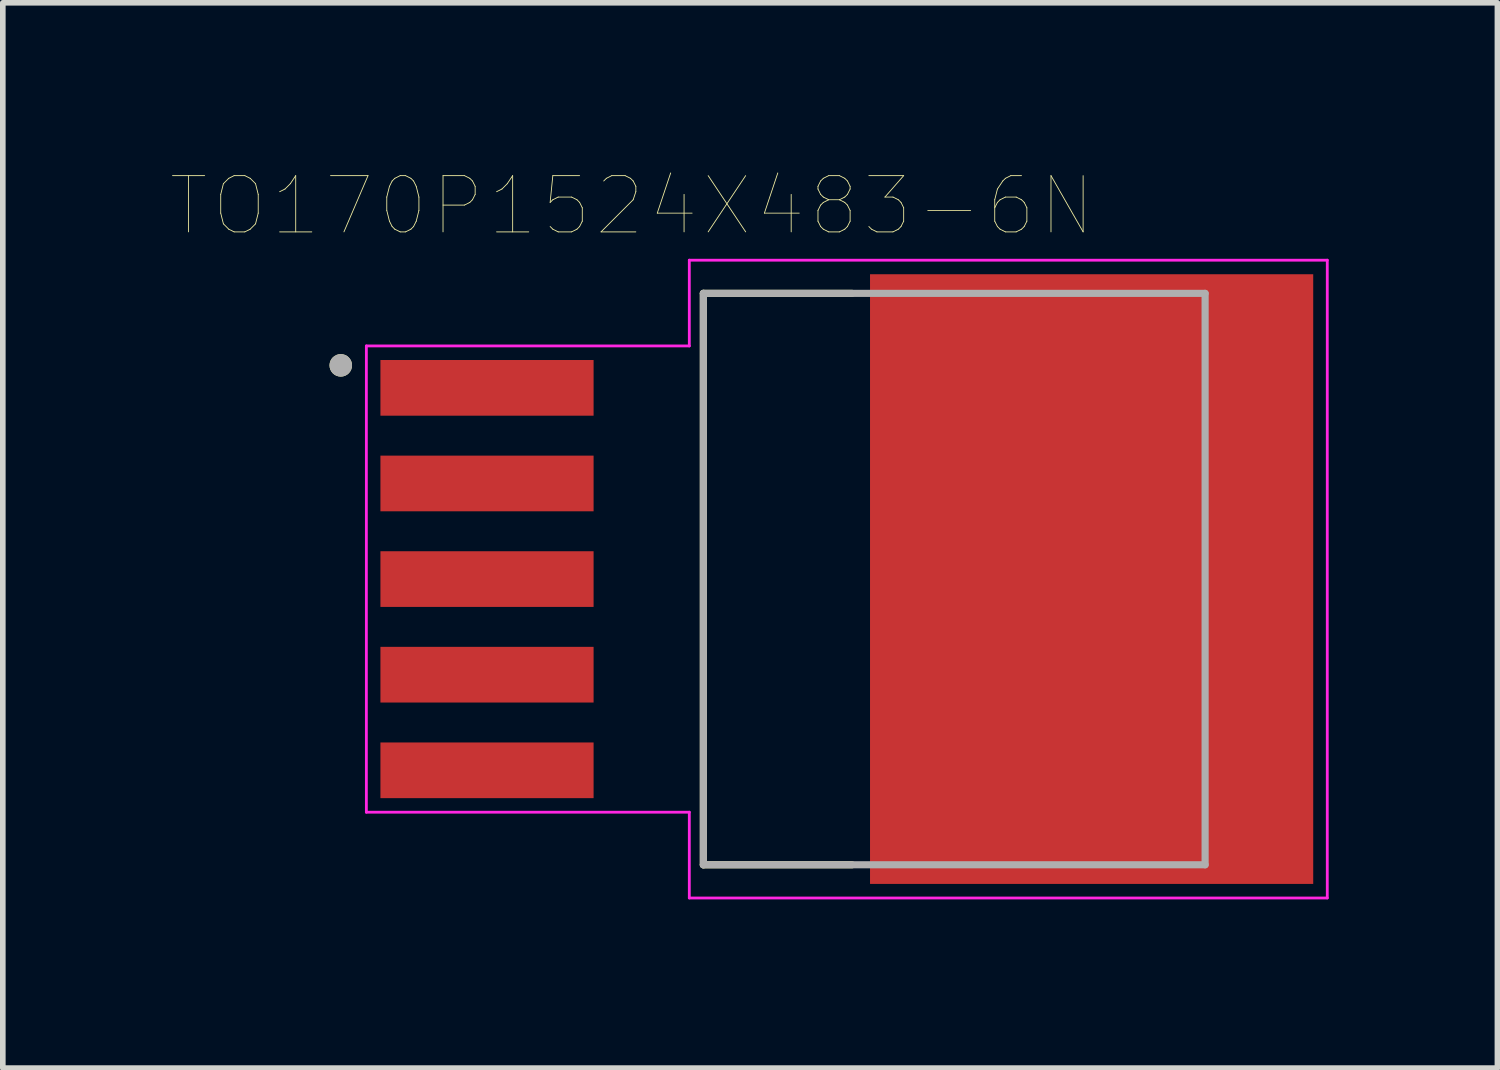
<source format=kicad_pcb>
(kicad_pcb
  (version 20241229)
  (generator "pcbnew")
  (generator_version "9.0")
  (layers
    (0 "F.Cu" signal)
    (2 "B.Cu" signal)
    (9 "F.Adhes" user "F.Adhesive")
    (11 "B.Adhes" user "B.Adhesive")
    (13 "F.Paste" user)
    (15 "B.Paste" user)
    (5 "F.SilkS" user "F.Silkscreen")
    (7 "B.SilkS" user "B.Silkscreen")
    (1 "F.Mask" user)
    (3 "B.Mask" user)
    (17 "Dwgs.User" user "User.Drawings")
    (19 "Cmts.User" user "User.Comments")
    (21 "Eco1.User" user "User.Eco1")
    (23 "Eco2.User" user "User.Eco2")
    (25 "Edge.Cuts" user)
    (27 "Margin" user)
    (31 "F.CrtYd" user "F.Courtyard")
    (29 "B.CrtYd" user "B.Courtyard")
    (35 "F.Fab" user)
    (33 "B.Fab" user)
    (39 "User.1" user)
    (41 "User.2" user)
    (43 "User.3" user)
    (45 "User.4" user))
  (footprint "TO170P1524X483-6N"
    (layer "F.Cu")
    (at 12.009 7.246)
    (property "Reference" "TO170P1524X483-6N" (at -3.825 -6.635 0) (layer "F.SilkS") (effects (font (size 1 1) (thickness 0.015))))
    (attr through_hole)
    (fp_line (start -2.553 -5.08) (end 0.09 -5.08) (stroke (width 0.127) (type solid)) (layer "F.SilkS"))
    (fp_line (start -2.553 5.08) (end -2.553 -5.08) (stroke (width 0.127) (type solid)) (layer "F.SilkS"))
    (fp_line (start 0.09 5.08) (end -2.553 5.08) (stroke (width 0.127) (type solid)) (layer "F.SilkS"))
    (fp_circle (center -9 -3.8) (end -8.9 -3.8) (stroke (width 0.2) (type solid)) (fill no) (layer "F.SilkS"))
    (fp_poly (pts (xy 0.96 -5.15) (xy 2.48 -5.15) (xy 2.48 -3.9) (xy 0.96 -3.9)) (stroke (width 0.01) (type solid)) (fill yes) (layer "F.Paste"))
    (fp_poly (pts (xy 0.96 -3.34) (xy 2.48 -3.34) (xy 2.48 -2.09) (xy 0.96 -2.09)) (stroke (width 0.01) (type solid)) (fill yes) (layer "F.Paste"))
    (fp_poly (pts (xy 0.96 -1.53) (xy 2.48 -1.53) (xy 2.48 -0.28) (xy 0.96 -0.28)) (stroke (width 0.01) (type solid)) (fill yes) (layer "F.Paste"))
    (fp_poly (pts (xy 0.96 0.28) (xy 2.48 0.28) (xy 2.48 1.53) (xy 0.96 1.53)) (stroke (width 0.01) (type solid)) (fill yes) (layer "F.Paste"))
    (fp_poly (pts (xy 0.96 2.09) (xy 2.48 2.09) (xy 2.48 3.34) (xy 0.96 3.34)) (stroke (width 0.01) (type solid)) (fill yes) (layer "F.Paste"))
    (fp_poly (pts (xy 0.96 3.9) (xy 2.48 3.9) (xy 2.48 5.15) (xy 0.96 5.15)) (stroke (width 0.01) (type solid)) (fill yes) (layer "F.Paste"))
    (fp_poly (pts (xy 3.59 -5.15) (xy 5.11 -5.15) (xy 5.11 -3.9) (xy 3.59 -3.9)) (stroke (width 0.01) (type solid)) (fill yes) (layer "F.Paste"))
    (fp_poly (pts (xy 3.59 -3.34) (xy 5.11 -3.34) (xy 5.11 -2.09) (xy 3.59 -2.09)) (stroke (width 0.01) (type solid)) (fill yes) (layer "F.Paste"))
    (fp_poly (pts (xy 3.59 -1.53) (xy 5.11 -1.53) (xy 5.11 -0.28) (xy 3.59 -0.28)) (stroke (width 0.01) (type solid)) (fill yes) (layer "F.Paste"))
    (fp_poly (pts (xy 3.59 0.28) (xy 5.11 0.28) (xy 5.11 1.53) (xy 3.59 1.53)) (stroke (width 0.01) (type solid)) (fill yes) (layer "F.Paste"))
    (fp_poly (pts (xy 3.59 2.09) (xy 5.11 2.09) (xy 5.11 3.34) (xy 3.59 3.34)) (stroke (width 0.01) (type solid)) (fill yes) (layer "F.Paste"))
    (fp_poly (pts (xy 3.59 3.9) (xy 5.11 3.9) (xy 5.11 5.15) (xy 3.59 5.15)) (stroke (width 0.01) (type solid)) (fill yes) (layer "F.Paste"))
    (fp_poly (pts (xy 6.22 -5.15) (xy 7.74 -5.15) (xy 7.74 -3.9) (xy 6.22 -3.9)) (stroke (width 0.01) (type solid)) (fill yes) (layer "F.Paste"))
    (fp_poly (pts (xy 6.22 -3.34) (xy 7.74 -3.34) (xy 7.74 -2.09) (xy 6.22 -2.09)) (stroke (width 0.01) (type solid)) (fill yes) (layer "F.Paste"))
    (fp_poly (pts (xy 6.22 -1.53) (xy 7.74 -1.53) (xy 7.74 -0.28) (xy 6.22 -0.28)) (stroke (width 0.01) (type solid)) (fill yes) (layer "F.Paste"))
    (fp_poly (pts (xy 6.22 0.28) (xy 7.74 0.28) (xy 7.74 1.53) (xy 6.22 1.53)) (stroke (width 0.01) (type solid)) (fill yes) (layer "F.Paste"))
    (fp_poly (pts (xy 6.22 2.09) (xy 7.74 2.09) (xy 7.74 3.34) (xy 6.22 3.34)) (stroke (width 0.01) (type solid)) (fill yes) (layer "F.Paste"))
    (fp_poly (pts (xy 6.22 3.9) (xy 7.74 3.9) (xy 7.74 5.15) (xy 6.22 5.15)) (stroke (width 0.01) (type solid)) (fill yes) (layer "F.Paste"))
    (fp_line (start -8.545 -4.145) (end -8.545 4.145) (stroke (width 0.05) (type solid)) (layer "F.CrtYd"))
    (fp_line (start -8.545 4.145) (end -2.803 4.145) (stroke (width 0.05) (type solid)) (layer "F.CrtYd"))
    (fp_line (start -2.803 -5.67) (end -2.803 -4.145) (stroke (width 0.05) (type solid)) (layer "F.CrtYd"))
    (fp_line (start -2.803 -4.145) (end -8.545 -4.145) (stroke (width 0.05) (type solid)) (layer "F.CrtYd"))
    (fp_line (start -2.803 4.145) (end -2.803 5.67) (stroke (width 0.05) (type solid)) (layer "F.CrtYd"))
    (fp_line (start -2.803 5.67) (end 8.54 5.67) (stroke (width 0.05) (type solid)) (layer "F.CrtYd"))
    (fp_line (start 8.54 -5.67) (end -2.803 -5.67) (stroke (width 0.05) (type solid)) (layer "F.CrtYd"))
    (fp_line (start 8.54 5.67) (end 8.54 -5.67) (stroke (width 0.05) (type solid)) (layer "F.CrtYd"))
    (fp_line (start -2.553 -5.08) (end 6.368 -5.08) (stroke (width 0.127) (type solid)) (layer "F.Fab"))
    (fp_line (start -2.553 5.08) (end -2.553 -5.08) (stroke (width 0.127) (type solid)) (layer "F.Fab"))
    (fp_line (start 6.368 -5.08) (end 6.368 5.08) (stroke (width 0.127) (type solid)) (layer "F.Fab"))
    (fp_line (start 6.368 5.08) (end -2.553 5.08) (stroke (width 0.127) (type solid)) (layer "F.Fab"))
    (fp_circle (center -9 -3.8) (end -8.9 -3.8) (stroke (width 0.2) (type solid)) (fill no) (layer "F.Fab"))
    (pad "1" smd rect (at -6.4 -3.4) (size 3.79 0.99) (layers "F.Cu" "F.Mask" "F.Paste"))
    (pad "2" smd rect (at -6.4 -1.7) (size 3.79 0.99) (layers "F.Cu" "F.Mask" "F.Paste"))
    (pad "3" smd rect (at -6.4 0) (size 3.79 0.99) (layers "F.Cu" "F.Mask" "F.Paste"))
    (pad "4" smd rect (at -6.4 1.7) (size 3.79 0.99) (layers "F.Cu" "F.Mask" "F.Paste"))
    (pad "5" smd rect (at -6.4 3.4) (size 3.79 0.99) (layers "F.Cu" "F.Mask" "F.Paste"))
    (pad "6" smd rect (at 4.35 0) (size 7.88 10.84) (layers "F.Cu" "F.Mask")))
  (gr_rect
    (start -3 -3)
    (end 23.574 15.941)
    (stroke (width 0.1) (type default))
    (fill no)
    (layer "Edge.Cuts")))
</source>
